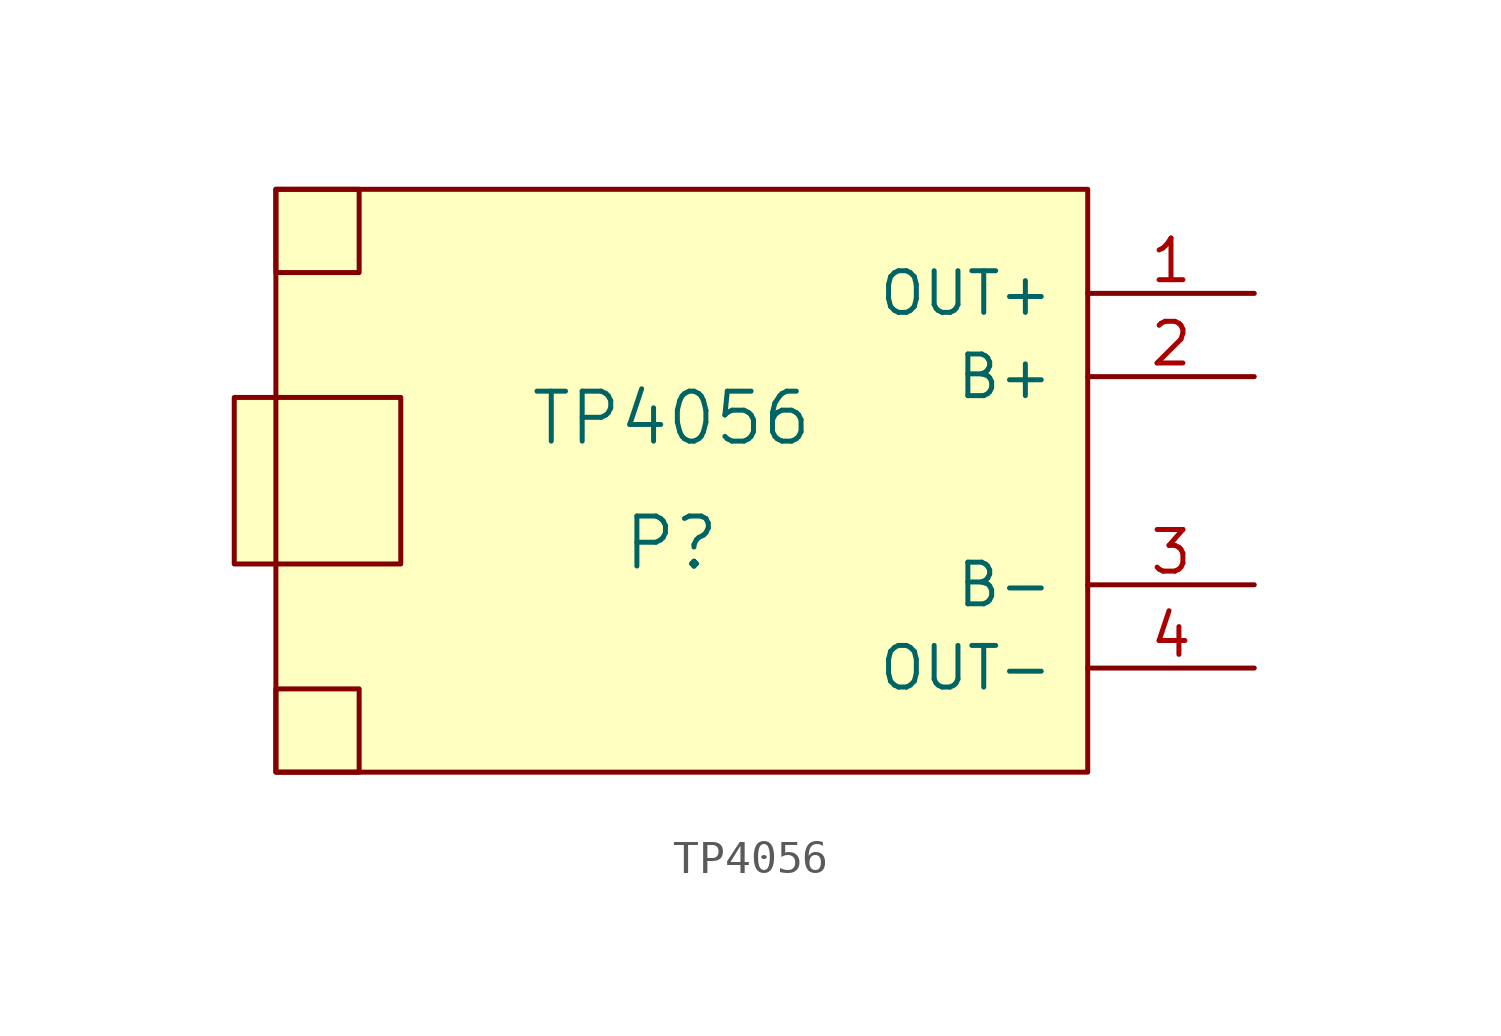
<source format=kicad_sym>
(kicad_symbol_lib
  (version 20220914)
  (generator kicad_symbol_editor)
  (symbol "TP4056"
    (pin_names
      (offset 1.016))
    (property "Reference" "P"
      (at -1.27 -7.62 0)
      (effects (font (size 1.524 1.524))))
    (property "Value" "TP4056"
      (at -1.27 -3.81 0)
      (effects (font (size 1.524 1.524))))
    (symbol "TP4056_0_1"
      (rectangle (start -13.335 3.175) (end 11.43 -14.605) (stroke (width 0) (type default)) (fill (type background)))
      (rectangle (start -10.795 -12.065) (end -13.335 -14.605) (stroke (width 0) (type default)) (fill (type none)))
      (rectangle (start -10.795 3.175) (end -13.335 0.635) (stroke (width 0) (type default)) (fill (type none)))
      (rectangle (start -9.525 -3.175) (end -14.605 -8.255) (stroke (width 0) (type default)) (fill (type background))))
    (symbol "TP4056_1_1"
      (pin power_out line (at 16.51 0 180) (length 5.08) (name "OUT+" (effects (font (size 1.27 1.27)))) (number "1" (effects (font (size 1.27 1.27)))))
      (pin bidirectional line (at 16.51 -2.54 180) (length 5.08) (name "B+" (effects (font (size 1.27 1.27)))) (number "2" (effects (font (size 1.27 1.27)))))
      (pin bidirectional line (at 16.51 -8.89 180) (length 5.08) (name "B-" (effects (font (size 1.27 1.27)))) (number "3" (effects (font (size 1.27 1.27)))))
      (pin power_out line (at 16.51 -11.43 180) (length 5.08) (name "OUT-" (effects (font (size 1.27 1.27)))) (number "4" (effects (font (size 1.27 1.27))))))))
</source>
